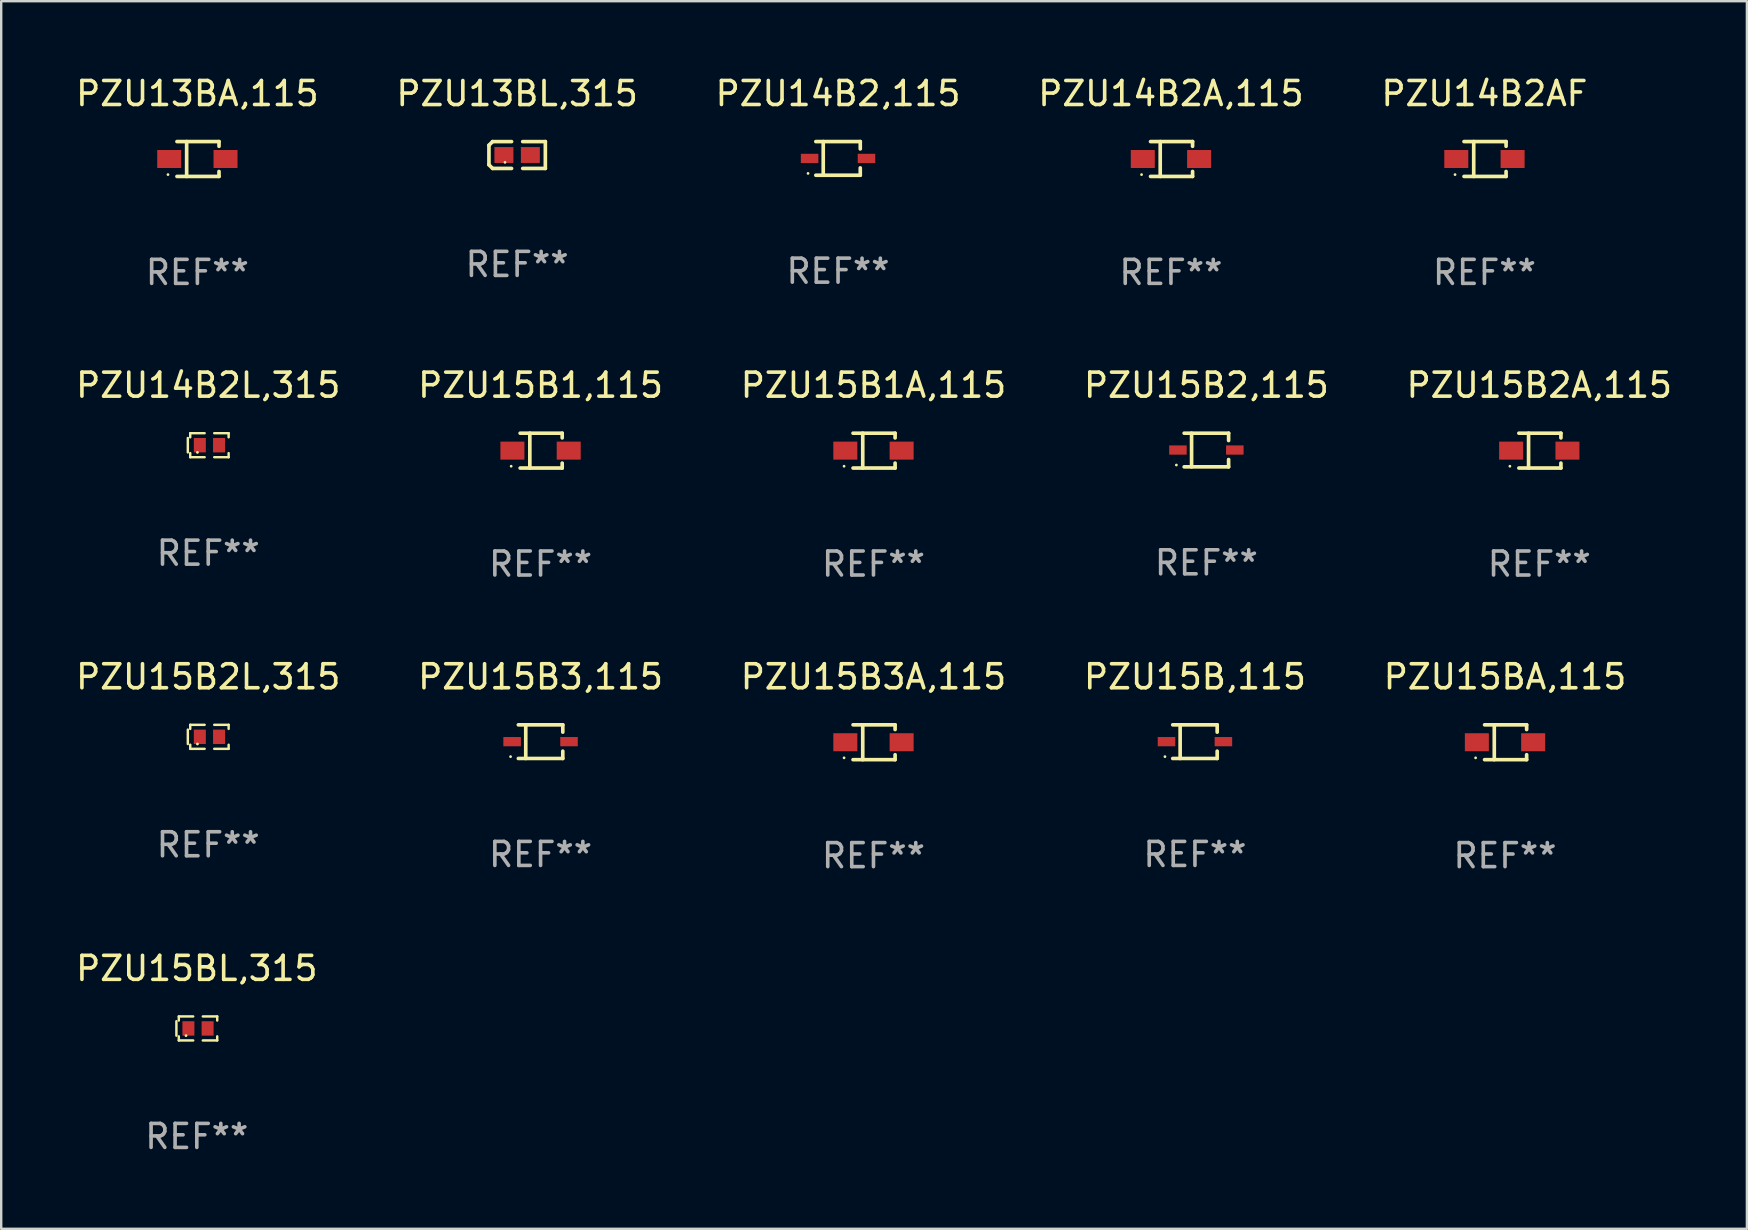
<source format=kicad_pcb>
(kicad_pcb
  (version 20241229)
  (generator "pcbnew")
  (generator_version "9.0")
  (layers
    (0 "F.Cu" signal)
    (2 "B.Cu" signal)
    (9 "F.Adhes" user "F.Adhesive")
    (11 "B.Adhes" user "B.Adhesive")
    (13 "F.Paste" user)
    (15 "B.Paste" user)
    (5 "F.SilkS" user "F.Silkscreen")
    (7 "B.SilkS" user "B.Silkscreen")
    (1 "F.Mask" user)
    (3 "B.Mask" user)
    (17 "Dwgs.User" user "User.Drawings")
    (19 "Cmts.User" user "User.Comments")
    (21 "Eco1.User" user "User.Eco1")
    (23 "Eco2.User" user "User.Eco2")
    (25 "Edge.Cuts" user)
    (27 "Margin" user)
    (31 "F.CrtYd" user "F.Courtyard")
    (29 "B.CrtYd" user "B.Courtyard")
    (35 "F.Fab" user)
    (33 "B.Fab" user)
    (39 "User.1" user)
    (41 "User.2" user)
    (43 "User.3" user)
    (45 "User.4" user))
  (footprint "PZU15B2,115"
    (layer "F.Cu")
    (at 47.208 15.698)
    (property "Reference" "PZU15B2,115" (at 0 -2.701 0) (layer "F.SilkS") (effects (font (size 1 1) (thickness 0.15))))
    (attr through_hole)
    (fp_line (start -0.926 -0.701) (end 0.926 -0.701) (stroke (width 0.152) (type solid)) (layer "F.SilkS"))
    (fp_line (start -0.926 0.701) (end 0.926 0.701) (stroke (width 0.152) (type solid)) (layer "F.SilkS"))
    (fp_line (start -0.617 -0.701) (end -0.617 0.701) (stroke (width 0.152) (type solid)) (layer "F.SilkS"))
    (fp_line (start 0.926 -0.701) (end 0.926 -0.396) (stroke (width 0.152) (type solid)) (layer "F.SilkS"))
    (fp_line (start 0.926 0.701) (end 0.926 0.396) (stroke (width 0.152) (type solid)) (layer "F.SilkS"))
    (fp_circle (center -1.25 0.625) (end -1.22 0.625) (stroke (width 0.06) (type solid)) (fill no) (layer "F.SilkS"))
    (fp_text user "REF**" (at 0 4.701 0) (layer "F.Fab") (effects (font (size 1 1) (thickness 0.15))))
    (pad "1" smd rect (at -1.185 0 180) (size 0.73 0.385) (layers "F.Cu" "F.Mask" "F.Paste"))
    (pad "2" smd rect (at 1.185 0 180) (size 0.73 0.385) (layers "F.Cu" "F.Mask" "F.Paste")))
  (footprint "PZU15B2L,315"
    (layer "F.Cu")
    (at 5.625 27.646)
    (property "Reference" "PZU15B2L,315" (at 0 -2.5 0) (layer "F.SilkS") (effects (font (size 1 1) (thickness 0.15))))
    (attr through_hole)
    (fp_line (start -0.85 -0.3) (end -0.85 0.3) (stroke (width 0.102) (type solid)) (layer "F.SilkS"))
    (fp_line (start -0.75 -0.5) (end -0.75 -0.329) (stroke (width 0.102) (type solid)) (layer "F.SilkS"))
    (fp_line (start -0.75 0.329) (end -0.75 0.5) (stroke (width 0.102) (type solid)) (layer "F.SilkS"))
    (fp_line (start -0.75 0.5) (end -0.15 0.5) (stroke (width 0.102) (type solid)) (layer "F.SilkS"))
    (fp_line (start -0.15 -0.5) (end -0.75 -0.5) (stroke (width 0.102) (type solid)) (layer "F.SilkS"))
    (fp_line (start 0.25 -0.5) (end 0.85 -0.5) (stroke (width 0.102) (type solid)) (layer "F.SilkS"))
    (fp_line (start 0.85 -0.5) (end 0.85 -0.33) (stroke (width 0.102) (type solid)) (layer "F.SilkS"))
    (fp_line (start 0.85 0.33) (end 0.85 0.5) (stroke (width 0.102) (type solid)) (layer "F.SilkS"))
    (fp_line (start 0.85 0.5) (end 0.25 0.5) (stroke (width 0.102) (type solid)) (layer "F.SilkS"))
    (fp_circle (center -0.45 0.3) (end -0.42 0.3) (stroke (width 0.06) (type solid)) (fill no) (layer "F.SilkS"))
    (fp_text user "REF**" (at 0 4.5 0) (layer "F.Fab") (effects (font (size 1 1) (thickness 0.15))))
    (pad "1" smd rect (at -0.35 0) (size 0.5 0.6) (layers "F.Cu" "F.Mask" "F.Paste"))
    (pad "2" smd rect (at 0.45 0) (size 0.5 0.6) (layers "F.Cu" "F.Mask" "F.Paste")))
  (footprint "PZU14B2AF"
    (layer "F.Cu")
    (at 58.792 3.574)
    (property "Reference" "PZU14B2AF" (at 0 -2.726 0) (layer "F.SilkS") (effects (font (size 1 1) (thickness 0.15))))
    (attr through_hole)
    (fp_line (start -0.851 -0.726) (end 0.901 -0.726) (stroke (width 0.152) (type solid)) (layer "F.SilkS"))
    (fp_line (start -0.851 0.726) (end 0.901 0.726) (stroke (width 0.152) (type solid)) (layer "F.SilkS"))
    (fp_line (start -0.447 -0.726) (end -0.447 0.726) (stroke (width 0.152) (type solid)) (layer "F.SilkS"))
    (fp_line (start 0.901 -0.726) (end 0.901 -0.53) (stroke (width 0.152) (type solid)) (layer "F.SilkS"))
    (fp_line (start 0.901 0.726) (end 0.901 0.52) (stroke (width 0.152) (type solid)) (layer "F.SilkS"))
    (fp_circle (center -1.225 0.65) (end -1.195 0.65) (stroke (width 0.06) (type solid)) (fill no) (layer "F.SilkS"))
    (fp_text user "REF**" (at 0 4.726 0) (layer "F.Fab") (effects (font (size 1 1) (thickness 0.15))))
    (pad "1" smd rect (at -1.173 0) (size 1 0.75) (layers "F.Cu" "F.Mask" "F.Paste"))
    (pad "2" smd rect (at 1.173 0) (size 1 0.75) (layers "F.Cu" "F.Mask" "F.Paste")))
  (footprint "PZU13BA,115"
    (layer "F.Cu")
    (at 5.173 3.574)
    (property "Reference" "PZU13BA,115" (at 0 -2.726 0) (layer "F.SilkS") (effects (font (size 1 1) (thickness 0.15))))
    (attr through_hole)
    (fp_line (start -0.851 -0.726) (end 0.901 -0.726) (stroke (width 0.152) (type solid)) (layer "F.SilkS"))
    (fp_line (start -0.851 0.726) (end 0.901 0.726) (stroke (width 0.152) (type solid)) (layer "F.SilkS"))
    (fp_line (start -0.447 -0.726) (end -0.447 0.726) (stroke (width 0.152) (type solid)) (layer "F.SilkS"))
    (fp_line (start 0.901 -0.726) (end 0.901 -0.53) (stroke (width 0.152) (type solid)) (layer "F.SilkS"))
    (fp_line (start 0.901 0.726) (end 0.901 0.52) (stroke (width 0.152) (type solid)) (layer "F.SilkS"))
    (fp_circle (center -1.225 0.65) (end -1.195 0.65) (stroke (width 0.06) (type solid)) (fill no) (layer "F.SilkS"))
    (fp_text user "REF**" (at 0 4.726 0) (layer "F.Fab") (effects (font (size 1 1) (thickness 0.15))))
    (pad "1" smd rect (at -1.173 0) (size 1 0.75) (layers "F.Cu" "F.Mask" "F.Paste"))
    (pad "2" smd rect (at 1.173 0) (size 1 0.75) (layers "F.Cu" "F.Mask" "F.Paste")))
  (footprint "PZU15B,115"
    (layer "F.Cu")
    (at 46.732 27.847)
    (property "Reference" "PZU15B,115" (at 0 -2.701 0) (layer "F.SilkS") (effects (font (size 1 1) (thickness 0.15))))
    (attr through_hole)
    (fp_line (start -0.926 -0.701) (end 0.926 -0.701) (stroke (width 0.152) (type solid)) (layer "F.SilkS"))
    (fp_line (start -0.926 0.701) (end 0.926 0.701) (stroke (width 0.152) (type solid)) (layer "F.SilkS"))
    (fp_line (start -0.617 -0.701) (end -0.617 0.701) (stroke (width 0.152) (type solid)) (layer "F.SilkS"))
    (fp_line (start 0.926 -0.701) (end 0.926 -0.396) (stroke (width 0.152) (type solid)) (layer "F.SilkS"))
    (fp_line (start 0.926 0.701) (end 0.926 0.396) (stroke (width 0.152) (type solid)) (layer "F.SilkS"))
    (fp_circle (center -1.25 0.625) (end -1.22 0.625) (stroke (width 0.06) (type solid)) (fill no) (layer "F.SilkS"))
    (fp_text user "REF**" (at 0 4.701 0) (layer "F.Fab") (effects (font (size 1 1) (thickness 0.15))))
    (pad "1" smd rect (at -1.185 0 180) (size 0.73 0.385) (layers "F.Cu" "F.Mask" "F.Paste"))
    (pad "2" smd rect (at 1.185 0 180) (size 0.73 0.385) (layers "F.Cu" "F.Mask" "F.Paste")))
  (footprint "PZU15BA,115"
    (layer "F.Cu")
    (at 59.649 27.872)
    (property "Reference" "PZU15BA,115" (at 0 -2.726 0) (layer "F.SilkS") (effects (font (size 1 1) (thickness 0.15))))
    (attr through_hole)
    (fp_line (start -0.851 -0.726) (end 0.901 -0.726) (stroke (width 0.152) (type solid)) (layer "F.SilkS"))
    (fp_line (start -0.851 0.726) (end 0.901 0.726) (stroke (width 0.152) (type solid)) (layer "F.SilkS"))
    (fp_line (start -0.447 -0.726) (end -0.447 0.726) (stroke (width 0.152) (type solid)) (layer "F.SilkS"))
    (fp_line (start 0.901 -0.726) (end 0.901 -0.53) (stroke (width 0.152) (type solid)) (layer "F.SilkS"))
    (fp_line (start 0.901 0.726) (end 0.901 0.52) (stroke (width 0.152) (type solid)) (layer "F.SilkS"))
    (fp_circle (center -1.225 0.65) (end -1.195 0.65) (stroke (width 0.06) (type solid)) (fill no) (layer "F.SilkS"))
    (fp_text user "REF**" (at 0 4.726 0) (layer "F.Fab") (effects (font (size 1 1) (thickness 0.15))))
    (pad "1" smd rect (at -1.173 0) (size 1 0.75) (layers "F.Cu" "F.Mask" "F.Paste"))
    (pad "2" smd rect (at 1.173 0) (size 1 0.75) (layers "F.Cu" "F.Mask" "F.Paste")))
  (footprint "PZU14B2,115"
    (layer "F.Cu")
    (at 31.863 3.549)
    (property "Reference" "PZU14B2,115" (at 0 -2.701 0) (layer "F.SilkS") (effects (font (size 1 1) (thickness 0.15))))
    (attr through_hole)
    (fp_line (start -0.926 -0.701) (end 0.926 -0.701) (stroke (width 0.152) (type solid)) (layer "F.SilkS"))
    (fp_line (start -0.926 0.701) (end 0.926 0.701) (stroke (width 0.152) (type solid)) (layer "F.SilkS"))
    (fp_line (start -0.617 -0.701) (end -0.617 0.701) (stroke (width 0.152) (type solid)) (layer "F.SilkS"))
    (fp_line (start 0.926 -0.701) (end 0.926 -0.396) (stroke (width 0.152) (type solid)) (layer "F.SilkS"))
    (fp_line (start 0.926 0.701) (end 0.926 0.396) (stroke (width 0.152) (type solid)) (layer "F.SilkS"))
    (fp_circle (center -1.25 0.625) (end -1.22 0.625) (stroke (width 0.06) (type solid)) (fill no) (layer "F.SilkS"))
    (fp_text user "REF**" (at 0 4.701 0) (layer "F.Fab") (effects (font (size 1 1) (thickness 0.15))))
    (pad "1" smd rect (at -1.185 0 180) (size 0.73 0.385) (layers "F.Cu" "F.Mask" "F.Paste"))
    (pad "2" smd rect (at 1.185 0 180) (size 0.73 0.385) (layers "F.Cu" "F.Mask" "F.Paste")))
  (footprint "PZU13BL,315"
    (layer "F.Cu")
    (at 18.494 3.408)
    (property "Reference" "PZU13BL,315" (at 0 -2.559 0) (layer "F.SilkS") (effects (font (size 1 1) (thickness 0.15))))
    (attr through_hole)
    (fp_line (start -1.175 -0.407) (end -1.023 -0.559) (stroke (width 0.152) (type solid)) (layer "F.SilkS"))
    (fp_line (start -1.175 0.407) (end -1.175 -0.407) (stroke (width 0.152) (type solid)) (layer "F.SilkS"))
    (fp_line (start -1.023 -0.559) (end -0.232 -0.559) (stroke (width 0.152) (type solid)) (layer "F.SilkS"))
    (fp_line (start -1.023 0.559) (end -1.175 0.407) (stroke (width 0.152) (type solid)) (layer "F.SilkS"))
    (fp_line (start -0.232 0.559) (end -1.023 0.559) (stroke (width 0.152) (type solid)) (layer "F.SilkS"))
    (fp_line (start 0.232 0.559) (end 1.175 0.559) (stroke (width 0.152) (type solid)) (layer "F.SilkS"))
    (fp_line (start 1.175 -0.559) (end 0.232 -0.559) (stroke (width 0.152) (type solid)) (layer "F.SilkS"))
    (fp_line (start 1.175 0.559) (end 1.175 -0.559) (stroke (width 0.152) (type solid)) (layer "F.SilkS"))
    (fp_circle (center -0.506 0.306) (end -0.476 0.306) (stroke (width 0.06) (type solid)) (fill no) (layer "F.SilkS"))
    (fp_text user "REF**" (at 0 4.559 0) (layer "F.Fab") (effects (font (size 1 1) (thickness 0.15))))
    (pad "1" smd rect (at -0.551 0) (size 0.79 0.661) (layers "F.Cu" "F.Mask" "F.Paste"))
    (pad "2" smd rect (at 0.551 0) (size 0.79 0.661) (layers "F.Cu" "F.Mask" "F.Paste")))
  (footprint "PZU15BL,315"
    (layer "F.Cu")
    (at 5.149 39.795)
    (property "Reference" "PZU15BL,315" (at 0 -2.5 0) (layer "F.SilkS") (effects (font (size 1 1) (thickness 0.15))))
    (attr through_hole)
    (fp_line (start -0.85 -0.3) (end -0.85 0.3) (stroke (width 0.102) (type solid)) (layer "F.SilkS"))
    (fp_line (start -0.75 -0.5) (end -0.75 -0.329) (stroke (width 0.102) (type solid)) (layer "F.SilkS"))
    (fp_line (start -0.75 0.329) (end -0.75 0.5) (stroke (width 0.102) (type solid)) (layer "F.SilkS"))
    (fp_line (start -0.75 0.5) (end -0.15 0.5) (stroke (width 0.102) (type solid)) (layer "F.SilkS"))
    (fp_line (start -0.15 -0.5) (end -0.75 -0.5) (stroke (width 0.102) (type solid)) (layer "F.SilkS"))
    (fp_line (start 0.25 -0.5) (end 0.85 -0.5) (stroke (width 0.102) (type solid)) (layer "F.SilkS"))
    (fp_line (start 0.85 -0.5) (end 0.85 -0.33) (stroke (width 0.102) (type solid)) (layer "F.SilkS"))
    (fp_line (start 0.85 0.33) (end 0.85 0.5) (stroke (width 0.102) (type solid)) (layer "F.SilkS"))
    (fp_line (start 0.85 0.5) (end 0.25 0.5) (stroke (width 0.102) (type solid)) (layer "F.SilkS"))
    (fp_circle (center -0.45 0.3) (end -0.42 0.3) (stroke (width 0.06) (type solid)) (fill no) (layer "F.SilkS"))
    (fp_text user "REF**" (at 0 4.5 0) (layer "F.Fab") (effects (font (size 1 1) (thickness 0.15))))
    (pad "1" smd rect (at -0.35 0) (size 0.5 0.6) (layers "F.Cu" "F.Mask" "F.Paste"))
    (pad "2" smd rect (at 0.45 0) (size 0.5 0.6) (layers "F.Cu" "F.Mask" "F.Paste")))
  (footprint "PZU15B2A,115"
    (layer "F.Cu")
    (at 61.077 15.723)
    (property "Reference" "PZU15B2A,115" (at 0 -2.726 0) (layer "F.SilkS") (effects (font (size 1 1) (thickness 0.15))))
    (attr through_hole)
    (fp_line (start -0.851 -0.726) (end 0.901 -0.726) (stroke (width 0.152) (type solid)) (layer "F.SilkS"))
    (fp_line (start -0.851 0.726) (end 0.901 0.726) (stroke (width 0.152) (type solid)) (layer "F.SilkS"))
    (fp_line (start -0.447 -0.726) (end -0.447 0.726) (stroke (width 0.152) (type solid)) (layer "F.SilkS"))
    (fp_line (start 0.901 -0.726) (end 0.901 -0.53) (stroke (width 0.152) (type solid)) (layer "F.SilkS"))
    (fp_line (start 0.901 0.726) (end 0.901 0.52) (stroke (width 0.152) (type solid)) (layer "F.SilkS"))
    (fp_circle (center -1.225 0.65) (end -1.195 0.65) (stroke (width 0.06) (type solid)) (fill no) (layer "F.SilkS"))
    (fp_text user "REF**" (at 0 4.726 0) (layer "F.Fab") (effects (font (size 1 1) (thickness 0.15))))
    (pad "1" smd rect (at -1.173 0) (size 1 0.75) (layers "F.Cu" "F.Mask" "F.Paste"))
    (pad "2" smd rect (at 1.173 0) (size 1 0.75) (layers "F.Cu" "F.Mask" "F.Paste")))
  (footprint "PZU15B3A,115"
    (layer "F.Cu")
    (at 33.339 27.872)
    (property "Reference" "PZU15B3A,115" (at 0 -2.726 0) (layer "F.SilkS") (effects (font (size 1 1) (thickness 0.15))))
    (attr through_hole)
    (fp_line (start -0.851 -0.726) (end 0.901 -0.726) (stroke (width 0.152) (type solid)) (layer "F.SilkS"))
    (fp_line (start -0.851 0.726) (end 0.901 0.726) (stroke (width 0.152) (type solid)) (layer "F.SilkS"))
    (fp_line (start -0.447 -0.726) (end -0.447 0.726) (stroke (width 0.152) (type solid)) (layer "F.SilkS"))
    (fp_line (start 0.901 -0.726) (end 0.901 -0.53) (stroke (width 0.152) (type solid)) (layer "F.SilkS"))
    (fp_line (start 0.901 0.726) (end 0.901 0.52) (stroke (width 0.152) (type solid)) (layer "F.SilkS"))
    (fp_circle (center -1.225 0.65) (end -1.195 0.65) (stroke (width 0.06) (type solid)) (fill no) (layer "F.SilkS"))
    (fp_text user "REF**" (at 0 4.726 0) (layer "F.Fab") (effects (font (size 1 1) (thickness 0.15))))
    (pad "1" smd rect (at -1.173 0) (size 1 0.75) (layers "F.Cu" "F.Mask" "F.Paste"))
    (pad "2" smd rect (at 1.173 0) (size 1 0.75) (layers "F.Cu" "F.Mask" "F.Paste")))
  (footprint "PZU14B2A,115"
    (layer "F.Cu")
    (at 45.732 3.574)
    (property "Reference" "PZU14B2A,115" (at 0 -2.726 0) (layer "F.SilkS") (effects (font (size 1 1) (thickness 0.15))))
    (attr through_hole)
    (fp_line (start -0.851 -0.726) (end 0.901 -0.726) (stroke (width 0.152) (type solid)) (layer "F.SilkS"))
    (fp_line (start -0.851 0.726) (end 0.901 0.726) (stroke (width 0.152) (type solid)) (layer "F.SilkS"))
    (fp_line (start -0.447 -0.726) (end -0.447 0.726) (stroke (width 0.152) (type solid)) (layer "F.SilkS"))
    (fp_line (start 0.901 -0.726) (end 0.901 -0.53) (stroke (width 0.152) (type solid)) (layer "F.SilkS"))
    (fp_line (start 0.901 0.726) (end 0.901 0.52) (stroke (width 0.152) (type solid)) (layer "F.SilkS"))
    (fp_circle (center -1.225 0.65) (end -1.195 0.65) (stroke (width 0.06) (type solid)) (fill no) (layer "F.SilkS"))
    (fp_text user "REF**" (at 0 4.726 0) (layer "F.Fab") (effects (font (size 1 1) (thickness 0.15))))
    (pad "1" smd rect (at -1.173 0) (size 1 0.75) (layers "F.Cu" "F.Mask" "F.Paste"))
    (pad "2" smd rect (at 1.173 0) (size 1 0.75) (layers "F.Cu" "F.Mask" "F.Paste")))
  (footprint "PZU14B2L,315"
    (layer "F.Cu")
    (at 5.625 15.497)
    (property "Reference" "PZU14B2L,315" (at 0 -2.5 0) (layer "F.SilkS") (effects (font (size 1 1) (thickness 0.15))))
    (attr through_hole)
    (fp_line (start -0.85 -0.3) (end -0.85 0.3) (stroke (width 0.102) (type solid)) (layer "F.SilkS"))
    (fp_line (start -0.75 -0.5) (end -0.75 -0.329) (stroke (width 0.102) (type solid)) (layer "F.SilkS"))
    (fp_line (start -0.75 0.329) (end -0.75 0.5) (stroke (width 0.102) (type solid)) (layer "F.SilkS"))
    (fp_line (start -0.75 0.5) (end -0.15 0.5) (stroke (width 0.102) (type solid)) (layer "F.SilkS"))
    (fp_line (start -0.15 -0.5) (end -0.75 -0.5) (stroke (width 0.102) (type solid)) (layer "F.SilkS"))
    (fp_line (start 0.25 -0.5) (end 0.85 -0.5) (stroke (width 0.102) (type solid)) (layer "F.SilkS"))
    (fp_line (start 0.85 -0.5) (end 0.85 -0.33) (stroke (width 0.102) (type solid)) (layer "F.SilkS"))
    (fp_line (start 0.85 0.33) (end 0.85 0.5) (stroke (width 0.102) (type solid)) (layer "F.SilkS"))
    (fp_line (start 0.85 0.5) (end 0.25 0.5) (stroke (width 0.102) (type solid)) (layer "F.SilkS"))
    (fp_circle (center -0.45 0.3) (end -0.42 0.3) (stroke (width 0.06) (type solid)) (fill no) (layer "F.SilkS"))
    (fp_text user "REF**" (at 0 4.5 0) (layer "F.Fab") (effects (font (size 1 1) (thickness 0.15))))
    (pad "1" smd rect (at -0.35 0) (size 0.5 0.6) (layers "F.Cu" "F.Mask" "F.Paste"))
    (pad "2" smd rect (at 0.45 0) (size 0.5 0.6) (layers "F.Cu" "F.Mask" "F.Paste")))
  (footprint "PZU15B1A,115"
    (layer "F.Cu")
    (at 33.339 15.723)
    (property "Reference" "PZU15B1A,115" (at 0 -2.726 0) (layer "F.SilkS") (effects (font (size 1 1) (thickness 0.15))))
    (attr through_hole)
    (fp_line (start -0.851 -0.726) (end 0.901 -0.726) (stroke (width 0.152) (type solid)) (layer "F.SilkS"))
    (fp_line (start -0.851 0.726) (end 0.901 0.726) (stroke (width 0.152) (type solid)) (layer "F.SilkS"))
    (fp_line (start -0.447 -0.726) (end -0.447 0.726) (stroke (width 0.152) (type solid)) (layer "F.SilkS"))
    (fp_line (start 0.901 -0.726) (end 0.901 -0.53) (stroke (width 0.152) (type solid)) (layer "F.SilkS"))
    (fp_line (start 0.901 0.726) (end 0.901 0.52) (stroke (width 0.152) (type solid)) (layer "F.SilkS"))
    (fp_circle (center -1.225 0.65) (end -1.195 0.65) (stroke (width 0.06) (type solid)) (fill no) (layer "F.SilkS"))
    (fp_text user "REF**" (at 0 4.726 0) (layer "F.Fab") (effects (font (size 1 1) (thickness 0.15))))
    (pad "1" smd rect (at -1.173 0) (size 1 0.75) (layers "F.Cu" "F.Mask" "F.Paste"))
    (pad "2" smd rect (at 1.173 0) (size 1 0.75) (layers "F.Cu" "F.Mask" "F.Paste")))
  (footprint "PZU15B3,115"
    (layer "F.Cu")
    (at 19.47 27.847)
    (property "Reference" "PZU15B3,115" (at 0 -2.701 0) (layer "F.SilkS") (effects (font (size 1 1) (thickness 0.15))))
    (attr through_hole)
    (fp_line (start -0.926 -0.701) (end 0.926 -0.701) (stroke (width 0.152) (type solid)) (layer "F.SilkS"))
    (fp_line (start -0.926 0.701) (end 0.926 0.701) (stroke (width 0.152) (type solid)) (layer "F.SilkS"))
    (fp_line (start -0.617 -0.701) (end -0.617 0.701) (stroke (width 0.152) (type solid)) (layer "F.SilkS"))
    (fp_line (start 0.926 -0.701) (end 0.926 -0.396) (stroke (width 0.152) (type solid)) (layer "F.SilkS"))
    (fp_line (start 0.926 0.701) (end 0.926 0.396) (stroke (width 0.152) (type solid)) (layer "F.SilkS"))
    (fp_circle (center -1.25 0.625) (end -1.22 0.625) (stroke (width 0.06) (type solid)) (fill no) (layer "F.SilkS"))
    (fp_text user "REF**" (at 0 4.701 0) (layer "F.Fab") (effects (font (size 1 1) (thickness 0.15))))
    (pad "1" smd rect (at -1.185 0 180) (size 0.73 0.385) (layers "F.Cu" "F.Mask" "F.Paste"))
    (pad "2" smd rect (at 1.185 0 180) (size 0.73 0.385) (layers "F.Cu" "F.Mask" "F.Paste")))
  (footprint "PZU15B1,115"
    (layer "F.Cu")
    (at 19.47 15.723)
    (property "Reference" "PZU15B1,115" (at 0 -2.726 0) (layer "F.SilkS") (effects (font (size 1 1) (thickness 0.15))))
    (attr through_hole)
    (fp_line (start -0.851 -0.726) (end 0.901 -0.726) (stroke (width 0.152) (type solid)) (layer "F.SilkS"))
    (fp_line (start -0.851 0.726) (end 0.901 0.726) (stroke (width 0.152) (type solid)) (layer "F.SilkS"))
    (fp_line (start -0.447 -0.726) (end -0.447 0.726) (stroke (width 0.152) (type solid)) (layer "F.SilkS"))
    (fp_line (start 0.901 -0.726) (end 0.901 -0.53) (stroke (width 0.152) (type solid)) (layer "F.SilkS"))
    (fp_line (start 0.901 0.726) (end 0.901 0.52) (stroke (width 0.152) (type solid)) (layer "F.SilkS"))
    (fp_circle (center -1.225 0.65) (end -1.195 0.65) (stroke (width 0.06) (type solid)) (fill no) (layer "F.SilkS"))
    (fp_text user "REF**" (at 0 4.726 0) (layer "F.Fab") (effects (font (size 1 1) (thickness 0.15))))
    (pad "1" smd rect (at -1.173 0) (size 1 0.75) (layers "F.Cu" "F.Mask" "F.Paste"))
    (pad "2" smd rect (at 1.173 0) (size 1 0.75) (layers "F.Cu" "F.Mask" "F.Paste")))
  (gr_rect
    (start -3 -3)
    (end 69.726 48.143)
    (stroke (width 0.1) (type default))
    (fill no)
    (layer "Edge.Cuts")))
</source>
